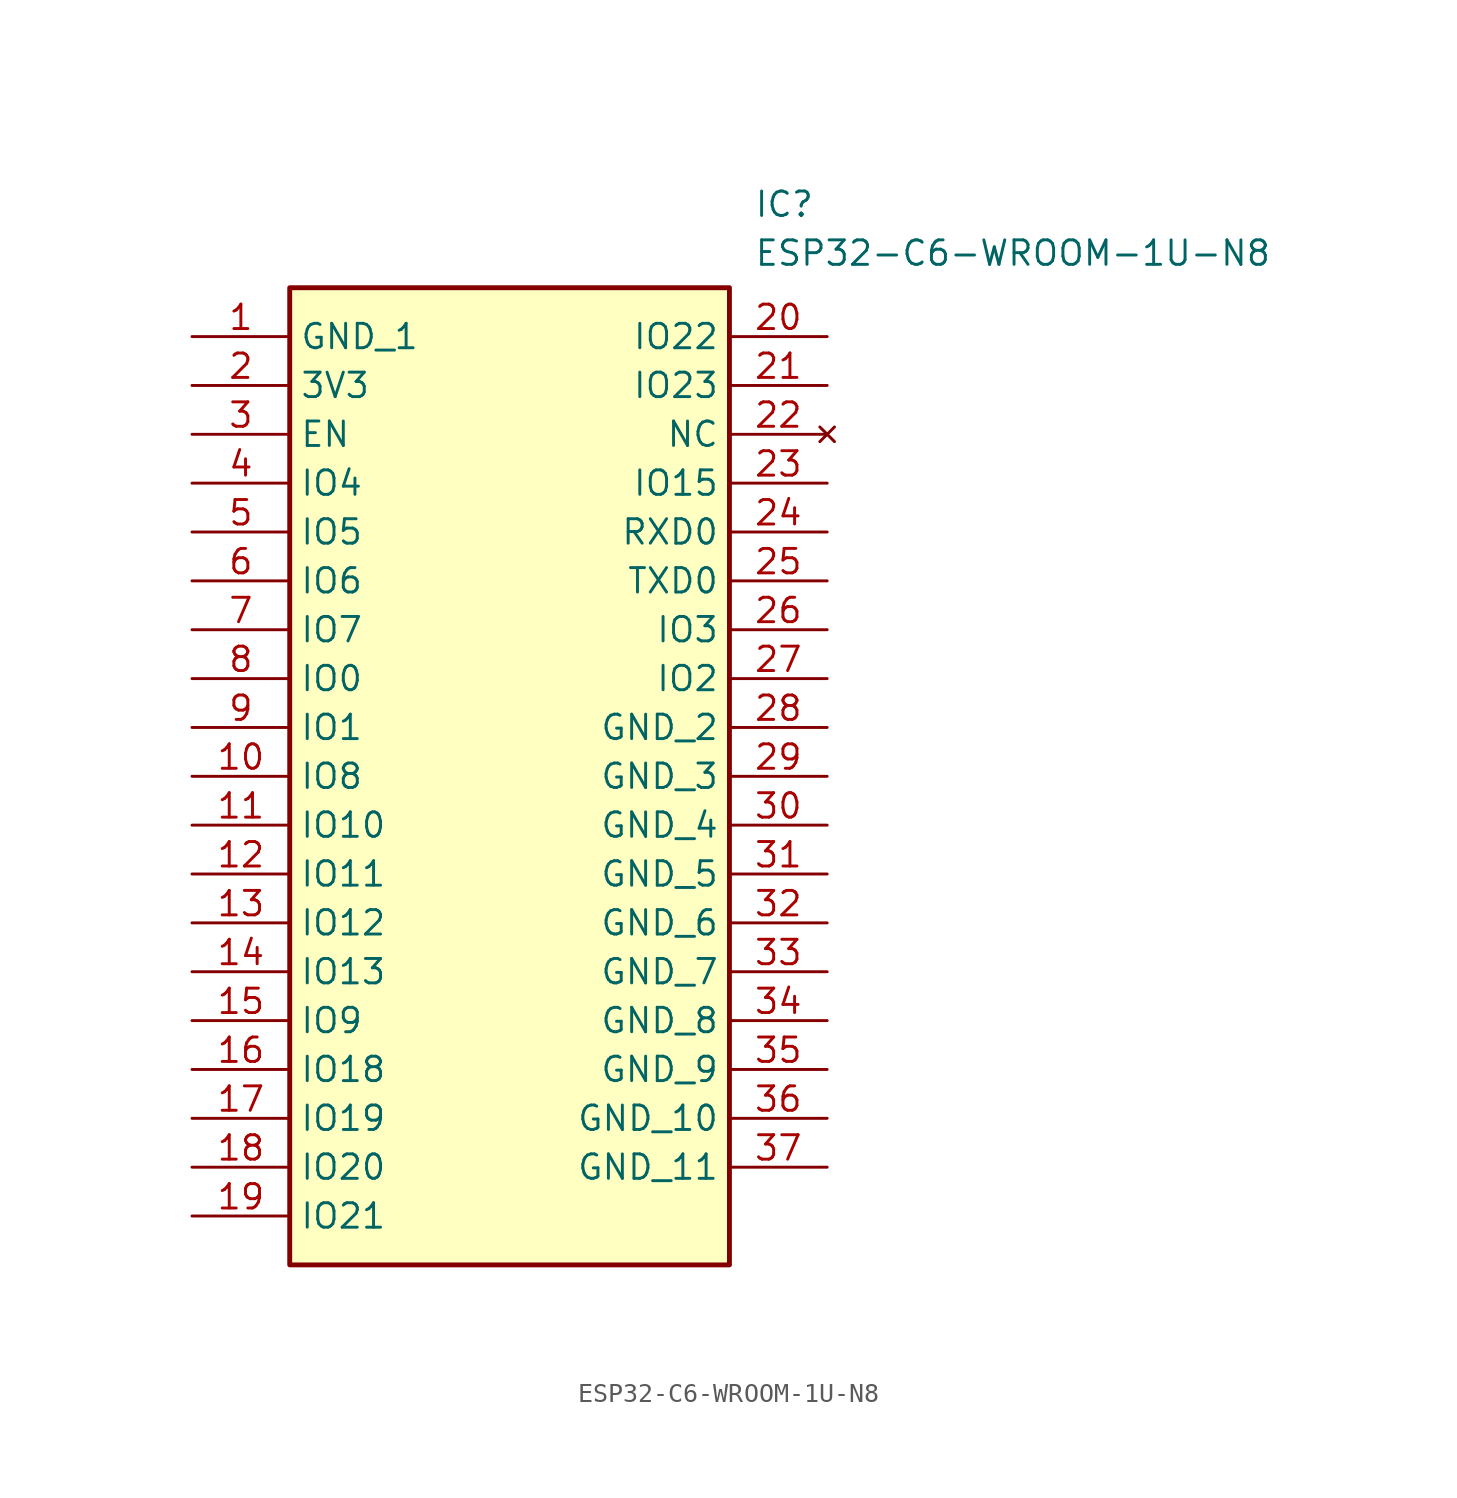
<source format=kicad_sym>
(kicad_symbol_lib
  (version 20211014)
  (generator SamacSys_ECAD_Model)
  (symbol "ESP32-C6-WROOM-1U-N8"
    (property "Reference" "IC"
      (at 29.21 7.62 0)
      (effects (font (size 1.27 1.27)) (justify left top)))
    (property "Value" "ESP32-C6-WROOM-1U-N8"
      (at 29.21 5.08 0)
      (effects (font (size 1.27 1.27)) (justify left top)))
    (rectangle
      (start 5.08 2.54)
      (end 27.94 -48.26)
      (stroke (width 0.254) (type default))
      (fill (type background)))
    (pin passive line
      (at 0 0 0)
      (length 5.08)
      (name "GND_1" (effects (font (size 1.27 1.27))))
      (number "1" (effects (font (size 1.27 1.27)))))
    (pin passive line
      (at 0 -2.54 0)
      (length 5.08)
      (name "3V3" (effects (font (size 1.27 1.27))))
      (number "2" (effects (font (size 1.27 1.27)))))
    (pin passive line
      (at 0 -5.08 0)
      (length 5.08)
      (name "EN" (effects (font (size 1.27 1.27))))
      (number "3" (effects (font (size 1.27 1.27)))))
    (pin passive line
      (at 0 -7.62 0)
      (length 5.08)
      (name "IO4" (effects (font (size 1.27 1.27))))
      (number "4" (effects (font (size 1.27 1.27)))))
    (pin passive line
      (at 0 -10.16 0)
      (length 5.08)
      (name "IO5" (effects (font (size 1.27 1.27))))
      (number "5" (effects (font (size 1.27 1.27)))))
    (pin passive line
      (at 0 -12.7 0)
      (length 5.08)
      (name "IO6" (effects (font (size 1.27 1.27))))
      (number "6" (effects (font (size 1.27 1.27)))))
    (pin passive line
      (at 0 -15.24 0)
      (length 5.08)
      (name "IO7" (effects (font (size 1.27 1.27))))
      (number "7" (effects (font (size 1.27 1.27)))))
    (pin passive line
      (at 0 -17.78 0)
      (length 5.08)
      (name "IO0" (effects (font (size 1.27 1.27))))
      (number "8" (effects (font (size 1.27 1.27)))))
    (pin passive line
      (at 0 -20.32 0)
      (length 5.08)
      (name "IO1" (effects (font (size 1.27 1.27))))
      (number "9" (effects (font (size 1.27 1.27)))))
    (pin passive line
      (at 0 -22.86 0)
      (length 5.08)
      (name "IO8" (effects (font (size 1.27 1.27))))
      (number "10" (effects (font (size 1.27 1.27)))))
    (pin passive line
      (at 0 -25.4 0)
      (length 5.08)
      (name "IO10" (effects (font (size 1.27 1.27))))
      (number "11" (effects (font (size 1.27 1.27)))))
    (pin passive line
      (at 0 -27.94 0)
      (length 5.08)
      (name "IO11" (effects (font (size 1.27 1.27))))
      (number "12" (effects (font (size 1.27 1.27)))))
    (pin passive line
      (at 0 -30.48 0)
      (length 5.08)
      (name "IO12" (effects (font (size 1.27 1.27))))
      (number "13" (effects (font (size 1.27 1.27)))))
    (pin passive line
      (at 0 -33.02 0)
      (length 5.08)
      (name "IO13" (effects (font (size 1.27 1.27))))
      (number "14" (effects (font (size 1.27 1.27)))))
    (pin passive line
      (at 0 -35.56 0)
      (length 5.08)
      (name "IO9" (effects (font (size 1.27 1.27))))
      (number "15" (effects (font (size 1.27 1.27)))))
    (pin passive line
      (at 0 -38.1 0)
      (length 5.08)
      (name "IO18" (effects (font (size 1.27 1.27))))
      (number "16" (effects (font (size 1.27 1.27)))))
    (pin passive line
      (at 0 -40.64 0)
      (length 5.08)
      (name "IO19" (effects (font (size 1.27 1.27))))
      (number "17" (effects (font (size 1.27 1.27)))))
    (pin passive line
      (at 0 -43.18 0)
      (length 5.08)
      (name "IO20" (effects (font (size 1.27 1.27))))
      (number "18" (effects (font (size 1.27 1.27)))))
    (pin passive line
      (at 0 -45.72 0)
      (length 5.08)
      (name "IO21" (effects (font (size 1.27 1.27))))
      (number "19" (effects (font (size 1.27 1.27)))))
    (pin passive line
      (at 33.02 0 180)
      (length 5.08)
      (name "IO22" (effects (font (size 1.27 1.27))))
      (number "20" (effects (font (size 1.27 1.27)))))
    (pin passive line
      (at 33.02 -2.54 180)
      (length 5.08)
      (name "IO23" (effects (font (size 1.27 1.27))))
      (number "21" (effects (font (size 1.27 1.27)))))
    (pin no_connect line
      (at 33.02 -5.08 180)
      (length 5.08)
      (name "NC" (effects (font (size 1.27 1.27))))
      (number "22" (effects (font (size 1.27 1.27)))))
    (pin passive line
      (at 33.02 -7.62 180)
      (length 5.08)
      (name "IO15" (effects (font (size 1.27 1.27))))
      (number "23" (effects (font (size 1.27 1.27)))))
    (pin passive line
      (at 33.02 -10.16 180)
      (length 5.08)
      (name "RXD0" (effects (font (size 1.27 1.27))))
      (number "24" (effects (font (size 1.27 1.27)))))
    (pin passive line
      (at 33.02 -12.7 180)
      (length 5.08)
      (name "TXD0" (effects (font (size 1.27 1.27))))
      (number "25" (effects (font (size 1.27 1.27)))))
    (pin passive line
      (at 33.02 -15.24 180)
      (length 5.08)
      (name "IO3" (effects (font (size 1.27 1.27))))
      (number "26" (effects (font (size 1.27 1.27)))))
    (pin passive line
      (at 33.02 -17.78 180)
      (length 5.08)
      (name "IO2" (effects (font (size 1.27 1.27))))
      (number "27" (effects (font (size 1.27 1.27)))))
    (pin passive line
      (at 33.02 -20.32 180)
      (length 5.08)
      (name "GND_2" (effects (font (size 1.27 1.27))))
      (number "28" (effects (font (size 1.27 1.27)))))
    (pin passive line
      (at 33.02 -22.86 180)
      (length 5.08)
      (name "GND_3" (effects (font (size 1.27 1.27))))
      (number "29" (effects (font (size 1.27 1.27)))))
    (pin passive line
      (at 33.02 -25.4 180)
      (length 5.08)
      (name "GND_4" (effects (font (size 1.27 1.27))))
      (number "30" (effects (font (size 1.27 1.27)))))
    (pin passive line
      (at 33.02 -27.94 180)
      (length 5.08)
      (name "GND_5" (effects (font (size 1.27 1.27))))
      (number "31" (effects (font (size 1.27 1.27)))))
    (pin passive line
      (at 33.02 -30.48 180)
      (length 5.08)
      (name "GND_6" (effects (font (size 1.27 1.27))))
      (number "32" (effects (font (size 1.27 1.27)))))
    (pin passive line
      (at 33.02 -33.02 180)
      (length 5.08)
      (name "GND_7" (effects (font (size 1.27 1.27))))
      (number "33" (effects (font (size 1.27 1.27)))))
    (pin passive line
      (at 33.02 -35.56 180)
      (length 5.08)
      (name "GND_8" (effects (font (size 1.27 1.27))))
      (number "34" (effects (font (size 1.27 1.27)))))
    (pin passive line
      (at 33.02 -38.1 180)
      (length 5.08)
      (name "GND_9" (effects (font (size 1.27 1.27))))
      (number "35" (effects (font (size 1.27 1.27)))))
    (pin passive line
      (at 33.02 -40.64 180)
      (length 5.08)
      (name "GND_10" (effects (font (size 1.27 1.27))))
      (number "36" (effects (font (size 1.27 1.27)))))
    (pin passive line
      (at 33.02 -43.18 180)
      (length 5.08)
      (name "GND_11" (effects (font (size 1.27 1.27))))
      (number "37" (effects (font (size 1.27 1.27)))))))
</source>
